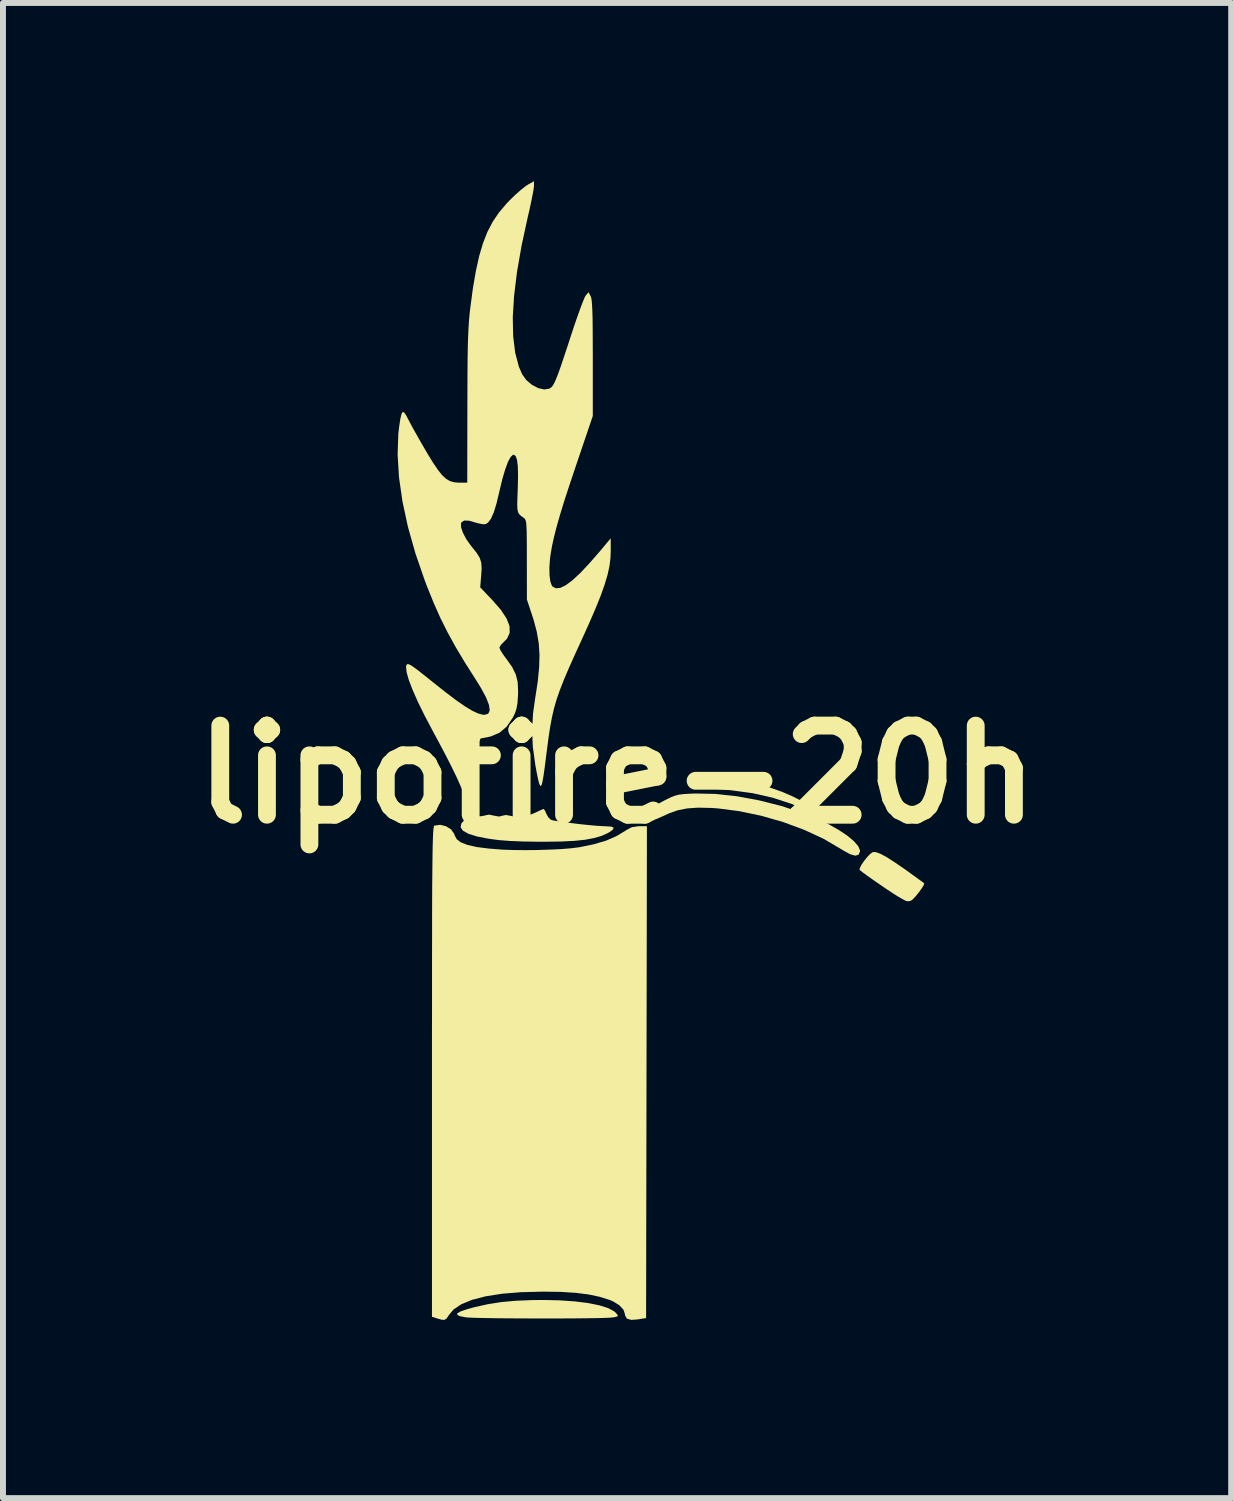
<source format=kicad_pcb>
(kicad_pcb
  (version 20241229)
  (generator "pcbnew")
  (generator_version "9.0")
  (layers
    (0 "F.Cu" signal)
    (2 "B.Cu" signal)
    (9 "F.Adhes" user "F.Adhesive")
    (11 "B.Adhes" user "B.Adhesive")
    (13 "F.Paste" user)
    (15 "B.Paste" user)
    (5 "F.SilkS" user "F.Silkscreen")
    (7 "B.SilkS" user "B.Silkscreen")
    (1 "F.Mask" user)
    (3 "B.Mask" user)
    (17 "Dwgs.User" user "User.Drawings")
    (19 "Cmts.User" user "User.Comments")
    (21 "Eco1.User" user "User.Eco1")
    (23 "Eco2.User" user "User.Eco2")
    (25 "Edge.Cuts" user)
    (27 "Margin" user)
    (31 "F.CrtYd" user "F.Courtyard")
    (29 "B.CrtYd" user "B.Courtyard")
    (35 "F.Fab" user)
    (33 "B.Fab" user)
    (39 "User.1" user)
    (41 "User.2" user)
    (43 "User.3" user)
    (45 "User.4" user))
  (footprint "lipofire-20h"
    (layer "F.Cu")
    (at 7.336 9.984)
    (property "Reference" "lipofire-20h" (at 0 0 0) (layer "F.SilkS") (effects (font (size 1.5 1.5) (thickness 0.3))))
    (attr board_only exclude_from_pos_files exclude_from_bom)
    (fp_poly (pts (xy 2.044 0.09) (xy 2.246 0.123) (xy 2.482 0.189) (xy 2.758 0.286) (xy 2.794 0.3) (xy 2.953 0.369) (xy 3.107 0.447) (xy 3.245 0.527) (xy 3.356 0.603) (xy 3.428 0.668) (xy 3.43 0.671) (xy 3.45 0.701) (xy 3.438 0.71) (xy 3.39 0.695) (xy 3.302 0.656) (xy 3.248 0.631) (xy 2.929 0.493) (xy 2.612 0.39) (xy 2.283 0.316) (xy 1.925 0.267) (xy 1.785 0.255) (xy 1.627 0.242) (xy 1.499 0.228) (xy 1.408 0.214) (xy 1.36 0.201) (xy 1.355 0.196) (xy 1.374 0.177) (xy 1.436 0.156) (xy 1.533 0.134) (xy 1.655 0.113) (xy 1.793 0.095) (xy 1.875 0.087)) (stroke (width 0) (type solid)) (fill yes) (layer "F.SilkS"))
    (fp_poly (pts (xy 4.353 1.307) (xy 4.426 1.333) (xy 4.527 1.386) (xy 4.659 1.47) (xy 4.827 1.585) (xy 4.881 1.623) (xy 4.985 1.698) (xy 5.073 1.762) (xy 5.137 1.808) (xy 5.167 1.831) (xy 5.168 1.832) (xy 5.162 1.859) (xy 5.13 1.913) (xy 5.083 1.979) (xy 5.03 2.045) (xy 4.982 2.097) (xy 4.948 2.123) (xy 4.913 2.134) (xy 4.881 2.134) (xy 4.838 2.118) (xy 4.773 2.081) (xy 4.711 2.044) (xy 4.637 1.997) (xy 4.538 1.932) (xy 4.427 1.856) (xy 4.314 1.778) (xy 4.211 1.705) (xy 4.13 1.646) (xy 4.082 1.608) (xy 4.084 1.578) (xy 4.112 1.522) (xy 4.158 1.454) (xy 4.212 1.387) (xy 4.264 1.334) (xy 4.305 1.307)) (stroke (width 0) (type solid)) (fill yes) (layer "F.SilkS"))
    (fp_poly (pts (xy -0.97 8.851) (xy -0.712 8.869) (xy -0.487 8.897) (xy -0.298 8.935) (xy -0.15 8.982) (xy -0.047 9.038) (xy -0.017 9.066) (xy 0.011 9.101) (xy 0.009 9.12) (xy -0.032 9.132) (xy -0.083 9.14) (xy -0.137 9.144) (xy -0.238 9.148) (xy -0.377 9.151) (xy -0.548 9.153) (xy -0.744 9.155) (xy -0.958 9.156) (xy -1.183 9.156) (xy -1.411 9.156) (xy -1.637 9.155) (xy -1.853 9.154) (xy -2.052 9.152) (xy -2.227 9.149) (xy -2.371 9.146) (xy -2.477 9.142) (xy -2.538 9.138) (xy -2.54 9.138) (xy -2.64 9.119) (xy -2.69 9.096) (xy -2.689 9.07) (xy -2.637 9.039) (xy -2.534 9.003) (xy -2.401 8.966) (xy -2.175 8.916) (xy -1.947 8.88) (xy -1.703 8.858) (xy -1.428 8.847) (xy -1.254 8.845)) (stroke (width 0) (type solid)) (fill yes) (layer "F.SilkS"))
    (fp_poly (pts (xy 1.657 0.328) (xy 2.016 0.367) (xy 2.388 0.436) (xy 2.762 0.53) (xy 3.123 0.649) (xy 3.375 0.75) (xy 3.565 0.841) (xy 3.733 0.936) (xy 3.875 1.031) (xy 3.985 1.123) (xy 4.058 1.207) (xy 4.088 1.278) (xy 4.088 1.298) (xy 4.063 1.353) (xy 4.007 1.367) (xy 3.92 1.342) (xy 3.8 1.276) (xy 3.762 1.252) (xy 3.476 1.084) (xy 3.15 0.933) (xy 2.797 0.802) (xy 2.428 0.696) (xy 2.056 0.618) (xy 1.691 0.571) (xy 1.584 0.564) (xy 1.363 0.559) (xy 1.178 0.572) (xy 1.018 0.604) (xy 0.869 0.657) (xy 0.802 0.689) (xy 0.682 0.741) (xy 0.599 0.758) (xy 0.55 0.741) (xy 0.533 0.705) (xy 0.542 0.635) (xy 0.6 0.563) (xy 0.706 0.487) (xy 0.81 0.431) (xy 0.9 0.387) (xy 0.973 0.358) (xy 1.043 0.34) (xy 1.125 0.33) (xy 1.236 0.324) (xy 1.325 0.321)) (stroke (width 0) (type solid)) (fill yes) (layer "F.SilkS"))
    (fp_poly (pts (xy -1.217 0.603) (xy -1.193 0.656) (xy -1.193 0.658) (xy -1.157 0.723) (xy -1.114 0.763) (xy -1.072 0.775) (xy -0.987 0.789) (xy -0.873 0.806) (xy -0.739 0.823) (xy -0.596 0.84) (xy -0.456 0.854) (xy -0.33 0.865) (xy -0.229 0.871) (xy -0.192 0.872) (xy -0.099 0.878) (xy -0.058 0.896) (xy -0.068 0.926) (xy -0.128 0.971) (xy -0.159 0.988) (xy -0.263 1.035) (xy -0.387 1.071) (xy -0.538 1.099) (xy -0.721 1.118) (xy -0.942 1.129) (xy -1.208 1.133) (xy -1.307 1.133) (xy -1.575 1.129) (xy -1.8 1.12) (xy -1.991 1.105) (xy -2.156 1.083) (xy -2.157 1.083) (xy -2.354 1.045) (xy -2.499 1) (xy -2.592 0.949) (xy -2.633 0.892) (xy -2.623 0.828) (xy -2.562 0.757) (xy -2.559 0.754) (xy -2.493 0.708) (xy -2.432 0.694) (xy -2.374 0.7) (xy -2.295 0.704) (xy -2.231 0.693) (xy -2.224 0.69) (xy -2.157 0.676) (xy -2.075 0.693) (xy -1.987 0.709) (xy -1.932 0.695) (xy -1.871 0.682) (xy -1.835 0.689) (xy -1.721 0.711) (xy -1.585 0.706) (xy -1.45 0.674) (xy -1.384 0.647) (xy -1.309 0.611) (xy -1.255 0.587) (xy -1.237 0.581)) (stroke (width 0) (type solid)) (fill yes) (layer "F.SilkS"))
    (fp_poly (pts (xy -2.879 0.872) (xy -2.794 0.925) (xy -2.741 1.001) (xy -2.734 1.024) (xy -2.7 1.089) (xy -2.629 1.144) (xy -2.516 1.187) (xy -2.36 1.222) (xy -2.157 1.248) (xy -1.925 1.266) (xy -1.747 1.272) (xy -1.546 1.274) (xy -1.335 1.272) (xy -1.127 1.265) (xy -0.933 1.256) (xy -0.767 1.242) (xy -0.642 1.226) (xy -0.639 1.226) (xy -0.391 1.175) (xy -0.185 1.114) (xy -0.01 1.038) (xy 0.144 0.945) (xy 0.156 0.936) (xy 0.247 0.888) (xy 0.355 0.872) (xy 0.374 0.871) (xy 0.502 0.871) (xy 0.495 5.01) (xy 0.488 9.149) (xy 0.35 9.172) (xy 0.237 9.18) (xy 0.165 9.159) (xy 0.134 9.106) (xy 0.132 9.083) (xy 0.107 9.009) (xy 0.039 8.935) (xy -0.064 8.871) (xy -0.121 8.846) (xy -0.292 8.792) (xy -0.481 8.752) (xy -0.696 8.725) (xy -0.946 8.709) (xy -1.24 8.705) (xy -1.254 8.705) (xy -1.617 8.714) (xy -1.936 8.74) (xy -2.21 8.783) (xy -2.439 8.842) (xy -2.62 8.916) (xy -2.754 9.006) (xy -2.829 9.096) (xy -2.868 9.155) (xy -2.905 9.18) (xy -2.959 9.176) (xy -3.03 9.155) (xy -3.116 9.128) (xy -3.116 5.002) (xy -3.116 4.454) (xy -3.115 3.955) (xy -3.115 3.505) (xy -3.115 3.1) (xy -3.114 2.738) (xy -3.114 2.417) (xy -3.113 2.135) (xy -3.112 1.888) (xy -3.11 1.675) (xy -3.108 1.493) (xy -3.106 1.34) (xy -3.104 1.214) (xy -3.101 1.111) (xy -3.098 1.03) (xy -3.095 0.968) (xy -3.091 0.922) (xy -3.087 0.891) (xy -3.082 0.872) (xy -3.077 0.863) (xy -3.074 0.861) (xy -2.977 0.848)) (stroke (width 0) (type solid)) (fill yes) (layer "F.SilkS"))
    (fp_poly (pts (xy -1.399 -9.902) (xy -1.405 -9.85) (xy -1.422 -9.757) (xy -1.447 -9.633) (xy -1.478 -9.489) (xy -1.504 -9.379) (xy -1.608 -8.898) (xy -1.685 -8.455) (xy -1.734 -8.053) (xy -1.756 -7.692) (xy -1.749 -7.373) (xy -1.715 -7.096) (xy -1.653 -6.862) (xy -1.597 -6.733) (xy -1.527 -6.636) (xy -1.434 -6.558) (xy -1.33 -6.503) (xy -1.228 -6.479) (xy -1.141 -6.493) (xy -1.133 -6.497) (xy -1.109 -6.513) (xy -1.085 -6.54) (xy -1.06 -6.583) (xy -1.031 -6.646) (xy -0.995 -6.736) (xy -0.952 -6.856) (xy -0.899 -7.013) (xy -0.833 -7.212) (xy -0.781 -7.372) (xy -0.723 -7.548) (xy -0.667 -7.709) (xy -0.617 -7.849) (xy -0.575 -7.959) (xy -0.544 -8.032) (xy -0.53 -8.057) (xy -0.482 -8.116) (xy -0.446 -8.051) (xy -0.436 -8.025) (xy -0.428 -7.979) (xy -0.422 -7.91) (xy -0.417 -7.812) (xy -0.413 -7.681) (xy -0.411 -7.513) (xy -0.41 -7.301) (xy -0.409 -7.042) (xy -0.409 -7.01) (xy -0.409 -6.033) (xy -0.691 -5.201) (xy -0.797 -4.885) (xy -0.886 -4.613) (xy -0.958 -4.378) (xy -1.016 -4.176) (xy -1.061 -4) (xy -1.095 -3.846) (xy -1.119 -3.707) (xy -1.13 -3.622) (xy -1.14 -3.479) (xy -1.137 -3.349) (xy -1.123 -3.244) (xy -1.097 -3.175) (xy -1.089 -3.164) (xy -1.032 -3.133) (xy -0.958 -3.139) (xy -0.866 -3.183) (xy -0.754 -3.266) (xy -0.62 -3.39) (xy -0.463 -3.557) (xy -0.281 -3.766) (xy -0.206 -3.856) (xy -0.108 -3.974) (xy -0.107 -3.762) (xy -0.112 -3.636) (xy -0.129 -3.503) (xy -0.161 -3.358) (xy -0.21 -3.195) (xy -0.276 -3.008) (xy -0.363 -2.792) (xy -0.472 -2.541) (xy -0.594 -2.271) (xy -0.715 -2.007) (xy -0.815 -1.783) (xy -0.897 -1.59) (xy -0.963 -1.421) (xy -1.017 -1.266) (xy -1.06 -1.118) (xy -1.095 -0.968) (xy -1.125 -0.81) (xy -1.152 -0.633) (xy -1.179 -0.431) (xy -1.19 -0.344) (xy -1.216 -0.136) (xy -1.238 0.02) (xy -1.257 0.127) (xy -1.274 0.185) (xy -1.291 0.195) (xy -1.309 0.16) (xy -1.33 0.081) (xy -1.355 -0.042) (xy -1.376 -0.158) (xy -1.418 -0.463) (xy -1.431 -0.747) (xy -1.414 -1.033) (xy -1.379 -1.281) (xy -1.336 -1.559) (xy -1.312 -1.799) (xy -1.306 -2.012) (xy -1.319 -2.209) (xy -1.352 -2.402) (xy -1.405 -2.601) (xy -1.434 -2.69) (xy -1.518 -2.944) (xy -1.519 -3.613) (xy -1.519 -3.818) (xy -1.52 -3.978) (xy -1.522 -4.097) (xy -1.526 -4.182) (xy -1.531 -4.24) (xy -1.54 -4.277) (xy -1.551 -4.3) (xy -1.566 -4.315) (xy -1.571 -4.318) (xy -1.616 -4.35) (xy -1.647 -4.379) (xy -1.667 -4.415) (xy -1.678 -4.467) (xy -1.681 -4.544) (xy -1.678 -4.656) (xy -1.672 -4.811) (xy -1.672 -4.817) (xy -1.667 -5.027) (xy -1.671 -5.186) (xy -1.685 -5.297) (xy -1.709 -5.362) (xy -1.743 -5.381) (xy -1.753 -5.379) (xy -1.792 -5.343) (xy -1.837 -5.26) (xy -1.883 -5.135) (xy -1.931 -4.973) (xy -1.977 -4.781) (xy -1.98 -4.769) (xy -2.028 -4.566) (xy -2.075 -4.412) (xy -2.123 -4.304) (xy -2.173 -4.237) (xy -2.215 -4.212) (xy -2.268 -4.212) (xy -2.344 -4.228) (xy -2.375 -4.237) (xy -2.494 -4.271) (xy -2.574 -4.273) (xy -2.619 -4.243) (xy -2.627 -4.225) (xy -2.626 -4.158) (xy -2.594 -4.065) (xy -2.537 -3.958) (xy -2.46 -3.85) (xy -2.445 -3.831) (xy -2.362 -3.727) (xy -2.311 -3.643) (xy -2.286 -3.561) (xy -2.28 -3.464) (xy -2.287 -3.357) (xy -2.304 -3.149) (xy -2.103 -2.938) (xy -1.957 -2.771) (xy -1.86 -2.624) (xy -1.81 -2.495) (xy -1.808 -2.383) (xy -1.852 -2.286) (xy -1.902 -2.234) (xy -1.953 -2.183) (xy -1.979 -2.139) (xy -1.98 -2.132) (xy -1.965 -2.094) (xy -1.925 -2.029) (xy -1.868 -1.95) (xy -1.863 -1.945) (xy -1.766 -1.807) (xy -1.705 -1.682) (xy -1.673 -1.553) (xy -1.666 -1.399) (xy -1.668 -1.328) (xy -1.677 -1.201) (xy -1.693 -1.108) (xy -1.72 -1.028) (xy -1.757 -0.953) (xy -1.858 -0.805) (xy -1.978 -0.703) (xy -2.125 -0.64) (xy -2.181 -0.627) (xy -2.337 -0.598) (xy -2.338 -0.253) (xy -2.34 -0.102) (xy -2.346 0.012) (xy -2.357 0.104) (xy -2.376 0.192) (xy -2.406 0.29) (xy -2.417 0.326) (xy -2.495 0.559) (xy -2.571 0.352) (xy -2.625 0.217) (xy -2.693 0.063) (xy -2.779 -0.115) (xy -2.885 -0.324) (xy -3.015 -0.569) (xy -3.107 -0.74) (xy -3.241 -0.994) (xy -3.353 -1.222) (xy -3.441 -1.421) (xy -3.505 -1.587) (xy -3.542 -1.717) (xy -3.552 -1.808) (xy -3.547 -1.838) (xy -3.536 -1.854) (xy -3.516 -1.857) (xy -3.482 -1.844) (xy -3.429 -1.81) (xy -3.352 -1.753) (xy -3.245 -1.669) (xy -3.103 -1.555) (xy -3.093 -1.547) (xy -2.882 -1.38) (xy -2.706 -1.247) (xy -2.56 -1.146) (xy -2.44 -1.073) (xy -2.342 -1.027) (xy -2.264 -1.006) (xy -2.231 -1.003) (xy -2.169 -1.022) (xy -2.144 -1.077) (xy -2.156 -1.168) (xy -2.204 -1.293) (xy -2.289 -1.452) (xy -2.38 -1.599) (xy -2.564 -1.888) (xy -2.72 -2.149) (xy -2.855 -2.395) (xy -2.976 -2.637) (xy -3.088 -2.89) (xy -3.199 -3.164) (xy -3.237 -3.264) (xy -3.395 -3.723) (xy -3.521 -4.169) (xy -3.613 -4.597) (xy -3.671 -5.004) (xy -3.694 -5.384) (xy -3.682 -5.733) (xy -3.668 -5.853) (xy -3.648 -5.984) (xy -3.629 -6.065) (xy -3.609 -6.1) (xy -3.585 -6.093) (xy -3.552 -6.045) (xy -3.528 -6) (xy -3.485 -5.919) (xy -3.426 -5.809) (xy -3.357 -5.687) (xy -3.311 -5.605) (xy -3.195 -5.405) (xy -3.098 -5.247) (xy -3.016 -5.126) (xy -2.945 -5.037) (xy -2.879 -4.976) (xy -2.815 -4.938) (xy -2.747 -4.918) (xy -2.671 -4.911) (xy -2.65 -4.911) (xy -2.522 -4.911) (xy -2.52 -6.185) (xy -2.519 -6.5) (xy -2.518 -6.767) (xy -2.516 -6.994) (xy -2.513 -7.185) (xy -2.508 -7.347) (xy -2.502 -7.485) (xy -2.495 -7.606) (xy -2.486 -7.715) (xy -2.475 -7.818) (xy -2.472 -7.842) (xy -2.427 -8.181) (xy -2.377 -8.473) (xy -2.321 -8.726) (xy -2.256 -8.944) (xy -2.181 -9.135) (xy -2.092 -9.304) (xy -1.987 -9.459) (xy -1.864 -9.604) (xy -1.804 -9.667) (xy -1.71 -9.758) (xy -1.617 -9.84) (xy -1.539 -9.902) (xy -1.502 -9.926) (xy -1.399 -9.984)) (stroke (width 0) (type solid)) (fill yes) (layer "F.SilkS")))
  (gr_rect
    (start -3 -3)
    (end 17.671 22.164)
    (stroke (width 0.1) (type default))
    (fill no)
    (layer "Edge.Cuts")))
</source>
